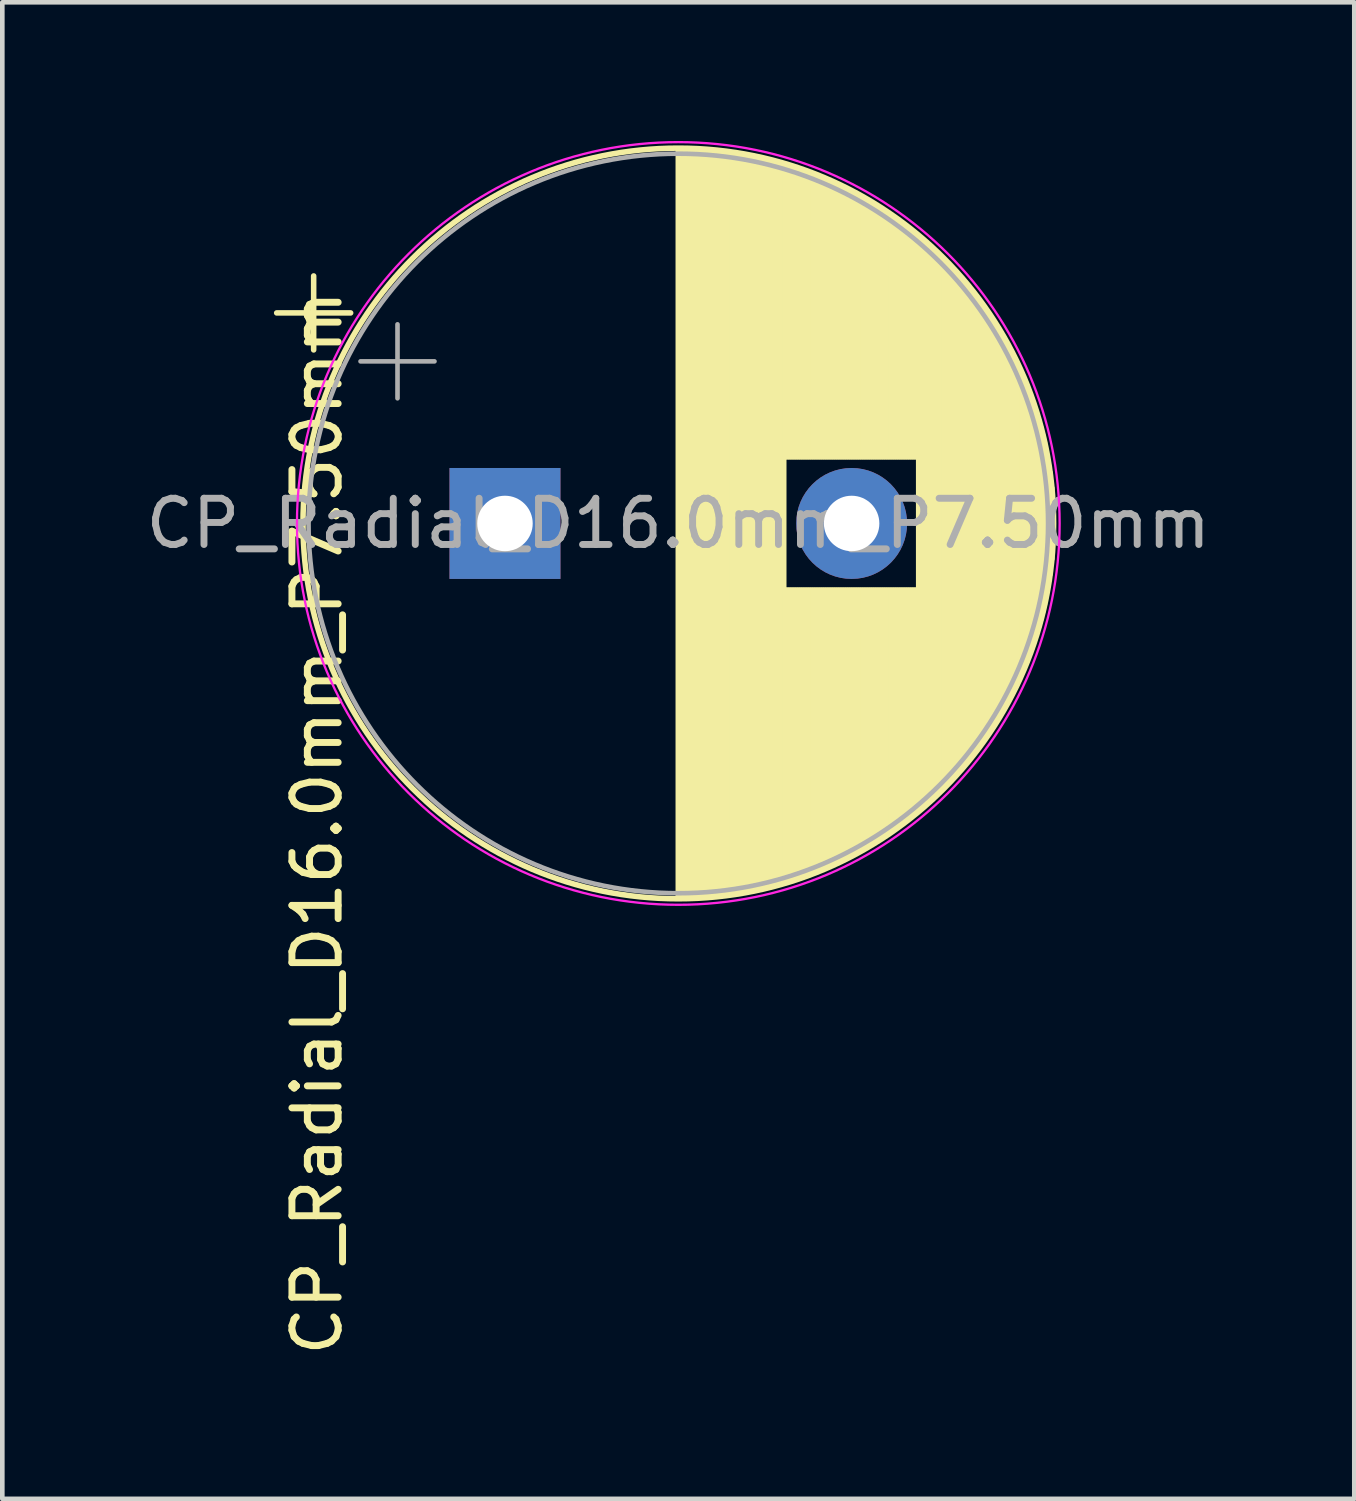
<source format=kicad_pcb>
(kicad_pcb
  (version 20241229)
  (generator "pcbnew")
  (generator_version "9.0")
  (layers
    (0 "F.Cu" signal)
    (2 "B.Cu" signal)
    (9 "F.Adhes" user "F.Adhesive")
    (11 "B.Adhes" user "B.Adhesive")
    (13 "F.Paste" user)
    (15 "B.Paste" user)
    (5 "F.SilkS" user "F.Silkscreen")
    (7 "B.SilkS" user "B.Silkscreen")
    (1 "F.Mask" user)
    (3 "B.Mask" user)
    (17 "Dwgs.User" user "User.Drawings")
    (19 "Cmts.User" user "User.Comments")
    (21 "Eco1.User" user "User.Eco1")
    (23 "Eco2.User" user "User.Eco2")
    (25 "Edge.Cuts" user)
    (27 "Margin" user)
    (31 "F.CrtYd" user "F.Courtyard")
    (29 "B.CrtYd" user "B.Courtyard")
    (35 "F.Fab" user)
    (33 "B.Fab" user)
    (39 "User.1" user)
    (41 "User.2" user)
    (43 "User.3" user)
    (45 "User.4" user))
  (footprint "CP_Radial_D16.0mm_P7.50mm"
    (layer "F.Cu")
    (at 7.875 8.275)
    (property "Reference" "CP_Radial_D16.0mm_P7.50mm" (at -4.064 6.477 90) (layer "F.SilkS") (effects (font (size 1 1) (thickness 0.15))))
    (attr through_hole)
    (fp_line (start -4.939 -4.555) (end -3.339 -4.555) (stroke (width 0.12) (type solid)) (layer "F.SilkS"))
    (fp_line (start -4.139 -5.355) (end -4.139 -3.755) (stroke (width 0.12) (type solid)) (layer "F.SilkS"))
    (fp_line (start 3.75 -8.081) (end 3.75 8.081) (stroke (width 0.12) (type solid)) (layer "F.SilkS"))
    (fp_line (start 3.79 -8.08) (end 3.79 8.08) (stroke (width 0.12) (type solid)) (layer "F.SilkS"))
    (fp_line (start 3.83 -8.08) (end 3.83 8.08) (stroke (width 0.12) (type solid)) (layer "F.SilkS"))
    (fp_line (start 3.87 -8.08) (end 3.87 8.08) (stroke (width 0.12) (type solid)) (layer "F.SilkS"))
    (fp_line (start 3.91 -8.079) (end 3.91 8.079) (stroke (width 0.12) (type solid)) (layer "F.SilkS"))
    (fp_line (start 3.95 -8.078) (end 3.95 8.078) (stroke (width 0.12) (type solid)) (layer "F.SilkS"))
    (fp_line (start 3.99 -8.077) (end 3.99 8.077) (stroke (width 0.12) (type solid)) (layer "F.SilkS"))
    (fp_line (start 4.03 -8.076) (end 4.03 8.076) (stroke (width 0.12) (type solid)) (layer "F.SilkS"))
    (fp_line (start 4.07 -8.074) (end 4.07 8.074) (stroke (width 0.12) (type solid)) (layer "F.SilkS"))
    (fp_line (start 4.11 -8.073) (end 4.11 8.073) (stroke (width 0.12) (type solid)) (layer "F.SilkS"))
    (fp_line (start 4.15 -8.071) (end 4.15 8.071) (stroke (width 0.12) (type solid)) (layer "F.SilkS"))
    (fp_line (start 4.19 -8.069) (end 4.19 8.069) (stroke (width 0.12) (type solid)) (layer "F.SilkS"))
    (fp_line (start 4.23 -8.066) (end 4.23 8.066) (stroke (width 0.12) (type solid)) (layer "F.SilkS"))
    (fp_line (start 4.27 -8.064) (end 4.27 8.064) (stroke (width 0.12) (type solid)) (layer "F.SilkS"))
    (fp_line (start 4.31 -8.061) (end 4.31 8.061) (stroke (width 0.12) (type solid)) (layer "F.SilkS"))
    (fp_line (start 4.35 -8.058) (end 4.35 8.058) (stroke (width 0.12) (type solid)) (layer "F.SilkS"))
    (fp_line (start 4.39 -8.055) (end 4.39 8.055) (stroke (width 0.12) (type solid)) (layer "F.SilkS"))
    (fp_line (start 4.43 -8.052) (end 4.43 8.052) (stroke (width 0.12) (type solid)) (layer "F.SilkS"))
    (fp_line (start 4.471 -8.049) (end 4.471 8.049) (stroke (width 0.12) (type solid)) (layer "F.SilkS"))
    (fp_line (start 4.511 -8.045) (end 4.511 8.045) (stroke (width 0.12) (type solid)) (layer "F.SilkS"))
    (fp_line (start 4.551 -8.041) (end 4.551 8.041) (stroke (width 0.12) (type solid)) (layer "F.SilkS"))
    (fp_line (start 4.591 -8.037) (end 4.591 8.037) (stroke (width 0.12) (type solid)) (layer "F.SilkS"))
    (fp_line (start 4.631 -8.033) (end 4.631 8.033) (stroke (width 0.12) (type solid)) (layer "F.SilkS"))
    (fp_line (start 4.671 -8.028) (end 4.671 8.028) (stroke (width 0.12) (type solid)) (layer "F.SilkS"))
    (fp_line (start 4.711 -8.024) (end 4.711 8.024) (stroke (width 0.12) (type solid)) (layer "F.SilkS"))
    (fp_line (start 4.751 -8.019) (end 4.751 8.019) (stroke (width 0.12) (type solid)) (layer "F.SilkS"))
    (fp_line (start 4.791 -8.014) (end 4.791 8.014) (stroke (width 0.12) (type solid)) (layer "F.SilkS"))
    (fp_line (start 4.831 -8.008) (end 4.831 8.008) (stroke (width 0.12) (type solid)) (layer "F.SilkS"))
    (fp_line (start 4.871 -8.003) (end 4.871 8.003) (stroke (width 0.12) (type solid)) (layer "F.SilkS"))
    (fp_line (start 4.911 -7.997) (end 4.911 7.997) (stroke (width 0.12) (type solid)) (layer "F.SilkS"))
    (fp_line (start 4.951 -7.991) (end 4.951 7.991) (stroke (width 0.12) (type solid)) (layer "F.SilkS"))
    (fp_line (start 4.991 -7.985) (end 4.991 7.985) (stroke (width 0.12) (type solid)) (layer "F.SilkS"))
    (fp_line (start 5.031 -7.979) (end 5.031 7.979) (stroke (width 0.12) (type solid)) (layer "F.SilkS"))
    (fp_line (start 5.071 -7.972) (end 5.071 7.972) (stroke (width 0.12) (type solid)) (layer "F.SilkS"))
    (fp_line (start 5.111 -7.966) (end 5.111 7.966) (stroke (width 0.12) (type solid)) (layer "F.SilkS"))
    (fp_line (start 5.151 -7.959) (end 5.151 7.959) (stroke (width 0.12) (type solid)) (layer "F.SilkS"))
    (fp_line (start 5.191 -7.952) (end 5.191 7.952) (stroke (width 0.12) (type solid)) (layer "F.SilkS"))
    (fp_line (start 5.231 -7.944) (end 5.231 7.944) (stroke (width 0.12) (type solid)) (layer "F.SilkS"))
    (fp_line (start 5.271 -7.937) (end 5.271 7.937) (stroke (width 0.12) (type solid)) (layer "F.SilkS"))
    (fp_line (start 5.311 -7.929) (end 5.311 7.929) (stroke (width 0.12) (type solid)) (layer "F.SilkS"))
    (fp_line (start 5.351 -7.921) (end 5.351 7.921) (stroke (width 0.12) (type solid)) (layer "F.SilkS"))
    (fp_line (start 5.391 -7.913) (end 5.391 7.913) (stroke (width 0.12) (type solid)) (layer "F.SilkS"))
    (fp_line (start 5.431 -7.905) (end 5.431 7.905) (stroke (width 0.12) (type solid)) (layer "F.SilkS"))
    (fp_line (start 5.471 -7.896) (end 5.471 7.896) (stroke (width 0.12) (type solid)) (layer "F.SilkS"))
    (fp_line (start 5.511 -7.887) (end 5.511 7.887) (stroke (width 0.12) (type solid)) (layer "F.SilkS"))
    (fp_line (start 5.551 -7.878) (end 5.551 7.878) (stroke (width 0.12) (type solid)) (layer "F.SilkS"))
    (fp_line (start 5.591 -7.869) (end 5.591 7.869) (stroke (width 0.12) (type solid)) (layer "F.SilkS"))
    (fp_line (start 5.631 -7.86) (end 5.631 7.86) (stroke (width 0.12) (type solid)) (layer "F.SilkS"))
    (fp_line (start 5.671 -7.85) (end 5.671 7.85) (stroke (width 0.12) (type solid)) (layer "F.SilkS"))
    (fp_line (start 5.711 -7.84) (end 5.711 7.84) (stroke (width 0.12) (type solid)) (layer "F.SilkS"))
    (fp_line (start 5.751 -7.83) (end 5.751 7.83) (stroke (width 0.12) (type solid)) (layer "F.SilkS"))
    (fp_line (start 5.791 -7.82) (end 5.791 7.82) (stroke (width 0.12) (type solid)) (layer "F.SilkS"))
    (fp_line (start 5.831 -7.81) (end 5.831 7.81) (stroke (width 0.12) (type solid)) (layer "F.SilkS"))
    (fp_line (start 5.871 -7.799) (end 5.871 7.799) (stroke (width 0.12) (type solid)) (layer "F.SilkS"))
    (fp_line (start 5.911 -7.788) (end 5.911 7.788) (stroke (width 0.12) (type solid)) (layer "F.SilkS"))
    (fp_line (start 5.951 -7.777) (end 5.951 7.777) (stroke (width 0.12) (type solid)) (layer "F.SilkS"))
    (fp_line (start 5.991 -7.765) (end 5.991 7.765) (stroke (width 0.12) (type solid)) (layer "F.SilkS"))
    (fp_line (start 6.031 -7.754) (end 6.031 7.754) (stroke (width 0.12) (type solid)) (layer "F.SilkS"))
    (fp_line (start 6.071 -7.742) (end 6.071 -1.44) (stroke (width 0.12) (type solid)) (layer "F.SilkS"))
    (fp_line (start 6.071 1.44) (end 6.071 7.742) (stroke (width 0.12) (type solid)) (layer "F.SilkS"))
    (fp_line (start 6.111 -7.73) (end 6.111 -1.44) (stroke (width 0.12) (type solid)) (layer "F.SilkS"))
    (fp_line (start 6.111 1.44) (end 6.111 7.73) (stroke (width 0.12) (type solid)) (layer "F.SilkS"))
    (fp_line (start 6.151 -7.718) (end 6.151 -1.44) (stroke (width 0.12) (type solid)) (layer "F.SilkS"))
    (fp_line (start 6.151 1.44) (end 6.151 7.718) (stroke (width 0.12) (type solid)) (layer "F.SilkS"))
    (fp_line (start 6.191 -7.705) (end 6.191 -1.44) (stroke (width 0.12) (type solid)) (layer "F.SilkS"))
    (fp_line (start 6.191 1.44) (end 6.191 7.705) (stroke (width 0.12) (type solid)) (layer "F.SilkS"))
    (fp_line (start 6.231 -7.693) (end 6.231 -1.44) (stroke (width 0.12) (type solid)) (layer "F.SilkS"))
    (fp_line (start 6.231 1.44) (end 6.231 7.693) (stroke (width 0.12) (type solid)) (layer "F.SilkS"))
    (fp_line (start 6.271 -7.68) (end 6.271 -1.44) (stroke (width 0.12) (type solid)) (layer "F.SilkS"))
    (fp_line (start 6.271 1.44) (end 6.271 7.68) (stroke (width 0.12) (type solid)) (layer "F.SilkS"))
    (fp_line (start 6.311 -7.666) (end 6.311 -1.44) (stroke (width 0.12) (type solid)) (layer "F.SilkS"))
    (fp_line (start 6.311 1.44) (end 6.311 7.666) (stroke (width 0.12) (type solid)) (layer "F.SilkS"))
    (fp_line (start 6.351 -7.653) (end 6.351 -1.44) (stroke (width 0.12) (type solid)) (layer "F.SilkS"))
    (fp_line (start 6.351 1.44) (end 6.351 7.653) (stroke (width 0.12) (type solid)) (layer "F.SilkS"))
    (fp_line (start 6.391 -7.639) (end 6.391 -1.44) (stroke (width 0.12) (type solid)) (layer "F.SilkS"))
    (fp_line (start 6.391 1.44) (end 6.391 7.639) (stroke (width 0.12) (type solid)) (layer "F.SilkS"))
    (fp_line (start 6.431 -7.625) (end 6.431 -1.44) (stroke (width 0.12) (type solid)) (layer "F.SilkS"))
    (fp_line (start 6.431 1.44) (end 6.431 7.625) (stroke (width 0.12) (type solid)) (layer "F.SilkS"))
    (fp_line (start 6.471 -7.611) (end 6.471 -1.44) (stroke (width 0.12) (type solid)) (layer "F.SilkS"))
    (fp_line (start 6.471 1.44) (end 6.471 7.611) (stroke (width 0.12) (type solid)) (layer "F.SilkS"))
    (fp_line (start 6.511 -7.597) (end 6.511 -1.44) (stroke (width 0.12) (type solid)) (layer "F.SilkS"))
    (fp_line (start 6.511 1.44) (end 6.511 7.597) (stroke (width 0.12) (type solid)) (layer "F.SilkS"))
    (fp_line (start 6.551 -7.582) (end 6.551 -1.44) (stroke (width 0.12) (type solid)) (layer "F.SilkS"))
    (fp_line (start 6.551 1.44) (end 6.551 7.582) (stroke (width 0.12) (type solid)) (layer "F.SilkS"))
    (fp_line (start 6.591 -7.568) (end 6.591 -1.44) (stroke (width 0.12) (type solid)) (layer "F.SilkS"))
    (fp_line (start 6.591 1.44) (end 6.591 7.568) (stroke (width 0.12) (type solid)) (layer "F.SilkS"))
    (fp_line (start 6.631 -7.553) (end 6.631 -1.44) (stroke (width 0.12) (type solid)) (layer "F.SilkS"))
    (fp_line (start 6.631 1.44) (end 6.631 7.553) (stroke (width 0.12) (type solid)) (layer "F.SilkS"))
    (fp_line (start 6.671 -7.537) (end 6.671 -1.44) (stroke (width 0.12) (type solid)) (layer "F.SilkS"))
    (fp_line (start 6.671 1.44) (end 6.671 7.537) (stroke (width 0.12) (type solid)) (layer "F.SilkS"))
    (fp_line (start 6.711 -7.522) (end 6.711 -1.44) (stroke (width 0.12) (type solid)) (layer "F.SilkS"))
    (fp_line (start 6.711 1.44) (end 6.711 7.522) (stroke (width 0.12) (type solid)) (layer "F.SilkS"))
    (fp_line (start 6.751 -7.506) (end 6.751 -1.44) (stroke (width 0.12) (type solid)) (layer "F.SilkS"))
    (fp_line (start 6.751 1.44) (end 6.751 7.506) (stroke (width 0.12) (type solid)) (layer "F.SilkS"))
    (fp_line (start 6.791 -7.49) (end 6.791 -1.44) (stroke (width 0.12) (type solid)) (layer "F.SilkS"))
    (fp_line (start 6.791 1.44) (end 6.791 7.49) (stroke (width 0.12) (type solid)) (layer "F.SilkS"))
    (fp_line (start 6.831 -7.474) (end 6.831 -1.44) (stroke (width 0.12) (type solid)) (layer "F.SilkS"))
    (fp_line (start 6.831 1.44) (end 6.831 7.474) (stroke (width 0.12) (type solid)) (layer "F.SilkS"))
    (fp_line (start 6.871 -7.457) (end 6.871 -1.44) (stroke (width 0.12) (type solid)) (layer "F.SilkS"))
    (fp_line (start 6.871 1.44) (end 6.871 7.457) (stroke (width 0.12) (type solid)) (layer "F.SilkS"))
    (fp_line (start 6.911 -7.44) (end 6.911 -1.44) (stroke (width 0.12) (type solid)) (layer "F.SilkS"))
    (fp_line (start 6.911 1.44) (end 6.911 7.44) (stroke (width 0.12) (type solid)) (layer "F.SilkS"))
    (fp_line (start 6.951 -7.423) (end 6.951 -1.44) (stroke (width 0.12) (type solid)) (layer "F.SilkS"))
    (fp_line (start 6.951 1.44) (end 6.951 7.423) (stroke (width 0.12) (type solid)) (layer "F.SilkS"))
    (fp_line (start 6.991 -7.406) (end 6.991 -1.44) (stroke (width 0.12) (type solid)) (layer "F.SilkS"))
    (fp_line (start 6.991 1.44) (end 6.991 7.406) (stroke (width 0.12) (type solid)) (layer "F.SilkS"))
    (fp_line (start 7.031 -7.389) (end 7.031 -1.44) (stroke (width 0.12) (type solid)) (layer "F.SilkS"))
    (fp_line (start 7.031 1.44) (end 7.031 7.389) (stroke (width 0.12) (type solid)) (layer "F.SilkS"))
    (fp_line (start 7.071 -7.371) (end 7.071 -1.44) (stroke (width 0.12) (type solid)) (layer "F.SilkS"))
    (fp_line (start 7.071 1.44) (end 7.071 7.371) (stroke (width 0.12) (type solid)) (layer "F.SilkS"))
    (fp_line (start 7.111 -7.353) (end 7.111 -1.44) (stroke (width 0.12) (type solid)) (layer "F.SilkS"))
    (fp_line (start 7.111 1.44) (end 7.111 7.353) (stroke (width 0.12) (type solid)) (layer "F.SilkS"))
    (fp_line (start 7.151 -7.334) (end 7.151 -1.44) (stroke (width 0.12) (type solid)) (layer "F.SilkS"))
    (fp_line (start 7.151 1.44) (end 7.151 7.334) (stroke (width 0.12) (type solid)) (layer "F.SilkS"))
    (fp_line (start 7.191 -7.316) (end 7.191 -1.44) (stroke (width 0.12) (type solid)) (layer "F.SilkS"))
    (fp_line (start 7.191 1.44) (end 7.191 7.316) (stroke (width 0.12) (type solid)) (layer "F.SilkS"))
    (fp_line (start 7.231 -7.297) (end 7.231 -1.44) (stroke (width 0.12) (type solid)) (layer "F.SilkS"))
    (fp_line (start 7.231 1.44) (end 7.231 7.297) (stroke (width 0.12) (type solid)) (layer "F.SilkS"))
    (fp_line (start 7.271 -7.278) (end 7.271 -1.44) (stroke (width 0.12) (type solid)) (layer "F.SilkS"))
    (fp_line (start 7.271 1.44) (end 7.271 7.278) (stroke (width 0.12) (type solid)) (layer "F.SilkS"))
    (fp_line (start 7.311 -7.258) (end 7.311 -1.44) (stroke (width 0.12) (type solid)) (layer "F.SilkS"))
    (fp_line (start 7.311 1.44) (end 7.311 7.258) (stroke (width 0.12) (type solid)) (layer "F.SilkS"))
    (fp_line (start 7.351 -7.239) (end 7.351 -1.44) (stroke (width 0.12) (type solid)) (layer "F.SilkS"))
    (fp_line (start 7.351 1.44) (end 7.351 7.239) (stroke (width 0.12) (type solid)) (layer "F.SilkS"))
    (fp_line (start 7.391 -7.219) (end 7.391 -1.44) (stroke (width 0.12) (type solid)) (layer "F.SilkS"))
    (fp_line (start 7.391 1.44) (end 7.391 7.219) (stroke (width 0.12) (type solid)) (layer "F.SilkS"))
    (fp_line (start 7.431 -7.199) (end 7.431 -1.44) (stroke (width 0.12) (type solid)) (layer "F.SilkS"))
    (fp_line (start 7.431 1.44) (end 7.431 7.199) (stroke (width 0.12) (type solid)) (layer "F.SilkS"))
    (fp_line (start 7.471 -7.178) (end 7.471 -1.44) (stroke (width 0.12) (type solid)) (layer "F.SilkS"))
    (fp_line (start 7.471 1.44) (end 7.471 7.178) (stroke (width 0.12) (type solid)) (layer "F.SilkS"))
    (fp_line (start 7.511 -7.157) (end 7.511 -1.44) (stroke (width 0.12) (type solid)) (layer "F.SilkS"))
    (fp_line (start 7.511 1.44) (end 7.511 7.157) (stroke (width 0.12) (type solid)) (layer "F.SilkS"))
    (fp_line (start 7.551 -7.136) (end 7.551 -1.44) (stroke (width 0.12) (type solid)) (layer "F.SilkS"))
    (fp_line (start 7.551 1.44) (end 7.551 7.136) (stroke (width 0.12) (type solid)) (layer "F.SilkS"))
    (fp_line (start 7.591 -7.115) (end 7.591 -1.44) (stroke (width 0.12) (type solid)) (layer "F.SilkS"))
    (fp_line (start 7.591 1.44) (end 7.591 7.115) (stroke (width 0.12) (type solid)) (layer "F.SilkS"))
    (fp_line (start 7.631 -7.094) (end 7.631 -1.44) (stroke (width 0.12) (type solid)) (layer "F.SilkS"))
    (fp_line (start 7.631 1.44) (end 7.631 7.094) (stroke (width 0.12) (type solid)) (layer "F.SilkS"))
    (fp_line (start 7.671 -7.072) (end 7.671 -1.44) (stroke (width 0.12) (type solid)) (layer "F.SilkS"))
    (fp_line (start 7.671 1.44) (end 7.671 7.072) (stroke (width 0.12) (type solid)) (layer "F.SilkS"))
    (fp_line (start 7.711 -7.049) (end 7.711 -1.44) (stroke (width 0.12) (type solid)) (layer "F.SilkS"))
    (fp_line (start 7.711 1.44) (end 7.711 7.049) (stroke (width 0.12) (type solid)) (layer "F.SilkS"))
    (fp_line (start 7.751 -7.027) (end 7.751 -1.44) (stroke (width 0.12) (type solid)) (layer "F.SilkS"))
    (fp_line (start 7.751 1.44) (end 7.751 7.027) (stroke (width 0.12) (type solid)) (layer "F.SilkS"))
    (fp_line (start 7.791 -7.004) (end 7.791 -1.44) (stroke (width 0.12) (type solid)) (layer "F.SilkS"))
    (fp_line (start 7.791 1.44) (end 7.791 7.004) (stroke (width 0.12) (type solid)) (layer "F.SilkS"))
    (fp_line (start 7.831 -6.981) (end 7.831 -1.44) (stroke (width 0.12) (type solid)) (layer "F.SilkS"))
    (fp_line (start 7.831 1.44) (end 7.831 6.981) (stroke (width 0.12) (type solid)) (layer "F.SilkS"))
    (fp_line (start 7.871 -6.958) (end 7.871 -1.44) (stroke (width 0.12) (type solid)) (layer "F.SilkS"))
    (fp_line (start 7.871 1.44) (end 7.871 6.958) (stroke (width 0.12) (type solid)) (layer "F.SilkS"))
    (fp_line (start 7.911 -6.934) (end 7.911 -1.44) (stroke (width 0.12) (type solid)) (layer "F.SilkS"))
    (fp_line (start 7.911 1.44) (end 7.911 6.934) (stroke (width 0.12) (type solid)) (layer "F.SilkS"))
    (fp_line (start 7.951 -6.91) (end 7.951 -1.44) (stroke (width 0.12) (type solid)) (layer "F.SilkS"))
    (fp_line (start 7.951 1.44) (end 7.951 6.91) (stroke (width 0.12) (type solid)) (layer "F.SilkS"))
    (fp_line (start 7.991 -6.886) (end 7.991 -1.44) (stroke (width 0.12) (type solid)) (layer "F.SilkS"))
    (fp_line (start 7.991 1.44) (end 7.991 6.886) (stroke (width 0.12) (type solid)) (layer "F.SilkS"))
    (fp_line (start 8.031 -6.861) (end 8.031 -1.44) (stroke (width 0.12) (type solid)) (layer "F.SilkS"))
    (fp_line (start 8.031 1.44) (end 8.031 6.861) (stroke (width 0.12) (type solid)) (layer "F.SilkS"))
    (fp_line (start 8.071 -6.836) (end 8.071 -1.44) (stroke (width 0.12) (type solid)) (layer "F.SilkS"))
    (fp_line (start 8.071 1.44) (end 8.071 6.836) (stroke (width 0.12) (type solid)) (layer "F.SilkS"))
    (fp_line (start 8.111 -6.811) (end 8.111 -1.44) (stroke (width 0.12) (type solid)) (layer "F.SilkS"))
    (fp_line (start 8.111 1.44) (end 8.111 6.811) (stroke (width 0.12) (type solid)) (layer "F.SilkS"))
    (fp_line (start 8.151 -6.785) (end 8.151 -1.44) (stroke (width 0.12) (type solid)) (layer "F.SilkS"))
    (fp_line (start 8.151 1.44) (end 8.151 6.785) (stroke (width 0.12) (type solid)) (layer "F.SilkS"))
    (fp_line (start 8.191 -6.759) (end 8.191 -1.44) (stroke (width 0.12) (type solid)) (layer "F.SilkS"))
    (fp_line (start 8.191 1.44) (end 8.191 6.759) (stroke (width 0.12) (type solid)) (layer "F.SilkS"))
    (fp_line (start 8.231 -6.733) (end 8.231 -1.44) (stroke (width 0.12) (type solid)) (layer "F.SilkS"))
    (fp_line (start 8.231 1.44) (end 8.231 6.733) (stroke (width 0.12) (type solid)) (layer "F.SilkS"))
    (fp_line (start 8.271 -6.706) (end 8.271 -1.44) (stroke (width 0.12) (type solid)) (layer "F.SilkS"))
    (fp_line (start 8.271 1.44) (end 8.271 6.706) (stroke (width 0.12) (type solid)) (layer "F.SilkS"))
    (fp_line (start 8.311 -6.679) (end 8.311 -1.44) (stroke (width 0.12) (type solid)) (layer "F.SilkS"))
    (fp_line (start 8.311 1.44) (end 8.311 6.679) (stroke (width 0.12) (type solid)) (layer "F.SilkS"))
    (fp_line (start 8.351 -6.652) (end 8.351 -1.44) (stroke (width 0.12) (type solid)) (layer "F.SilkS"))
    (fp_line (start 8.351 1.44) (end 8.351 6.652) (stroke (width 0.12) (type solid)) (layer "F.SilkS"))
    (fp_line (start 8.391 -6.624) (end 8.391 -1.44) (stroke (width 0.12) (type solid)) (layer "F.SilkS"))
    (fp_line (start 8.391 1.44) (end 8.391 6.624) (stroke (width 0.12) (type solid)) (layer "F.SilkS"))
    (fp_line (start 8.431 -6.596) (end 8.431 -1.44) (stroke (width 0.12) (type solid)) (layer "F.SilkS"))
    (fp_line (start 8.431 1.44) (end 8.431 6.596) (stroke (width 0.12) (type solid)) (layer "F.SilkS"))
    (fp_line (start 8.471 -6.568) (end 8.471 -1.44) (stroke (width 0.12) (type solid)) (layer "F.SilkS"))
    (fp_line (start 8.471 1.44) (end 8.471 6.568) (stroke (width 0.12) (type solid)) (layer "F.SilkS"))
    (fp_line (start 8.511 -6.539) (end 8.511 -1.44) (stroke (width 0.12) (type solid)) (layer "F.SilkS"))
    (fp_line (start 8.511 1.44) (end 8.511 6.539) (stroke (width 0.12) (type solid)) (layer "F.SilkS"))
    (fp_line (start 8.551 -6.51) (end 8.551 -1.44) (stroke (width 0.12) (type solid)) (layer "F.SilkS"))
    (fp_line (start 8.551 1.44) (end 8.551 6.51) (stroke (width 0.12) (type solid)) (layer "F.SilkS"))
    (fp_line (start 8.591 -6.48) (end 8.591 -1.44) (stroke (width 0.12) (type solid)) (layer "F.SilkS"))
    (fp_line (start 8.591 1.44) (end 8.591 6.48) (stroke (width 0.12) (type solid)) (layer "F.SilkS"))
    (fp_line (start 8.631 -6.45) (end 8.631 -1.44) (stroke (width 0.12) (type solid)) (layer "F.SilkS"))
    (fp_line (start 8.631 1.44) (end 8.631 6.45) (stroke (width 0.12) (type solid)) (layer "F.SilkS"))
    (fp_line (start 8.671 -6.42) (end 8.671 -1.44) (stroke (width 0.12) (type solid)) (layer "F.SilkS"))
    (fp_line (start 8.671 1.44) (end 8.671 6.42) (stroke (width 0.12) (type solid)) (layer "F.SilkS"))
    (fp_line (start 8.711 -6.39) (end 8.711 -1.44) (stroke (width 0.12) (type solid)) (layer "F.SilkS"))
    (fp_line (start 8.711 1.44) (end 8.711 6.39) (stroke (width 0.12) (type solid)) (layer "F.SilkS"))
    (fp_line (start 8.751 -6.358) (end 8.751 -1.44) (stroke (width 0.12) (type solid)) (layer "F.SilkS"))
    (fp_line (start 8.751 1.44) (end 8.751 6.358) (stroke (width 0.12) (type solid)) (layer "F.SilkS"))
    (fp_line (start 8.791 -6.327) (end 8.791 -1.44) (stroke (width 0.12) (type solid)) (layer "F.SilkS"))
    (fp_line (start 8.791 1.44) (end 8.791 6.327) (stroke (width 0.12) (type solid)) (layer "F.SilkS"))
    (fp_line (start 8.831 -6.295) (end 8.831 -1.44) (stroke (width 0.12) (type solid)) (layer "F.SilkS"))
    (fp_line (start 8.831 1.44) (end 8.831 6.295) (stroke (width 0.12) (type solid)) (layer "F.SilkS"))
    (fp_line (start 8.871 -6.263) (end 8.871 -1.44) (stroke (width 0.12) (type solid)) (layer "F.SilkS"))
    (fp_line (start 8.871 1.44) (end 8.871 6.263) (stroke (width 0.12) (type solid)) (layer "F.SilkS"))
    (fp_line (start 8.911 -6.23) (end 8.911 -1.44) (stroke (width 0.12) (type solid)) (layer "F.SilkS"))
    (fp_line (start 8.911 1.44) (end 8.911 6.23) (stroke (width 0.12) (type solid)) (layer "F.SilkS"))
    (fp_line (start 8.951 -6.197) (end 8.951 6.197) (stroke (width 0.12) (type solid)) (layer "F.SilkS"))
    (fp_line (start 8.991 -6.163) (end 8.991 6.163) (stroke (width 0.12) (type solid)) (layer "F.SilkS"))
    (fp_line (start 9.031 -6.129) (end 9.031 6.129) (stroke (width 0.12) (type solid)) (layer "F.SilkS"))
    (fp_line (start 9.071 -6.095) (end 9.071 6.095) (stroke (width 0.12) (type solid)) (layer "F.SilkS"))
    (fp_line (start 9.111 -6.06) (end 9.111 6.06) (stroke (width 0.12) (type solid)) (layer "F.SilkS"))
    (fp_line (start 9.151 -6.025) (end 9.151 6.025) (stroke (width 0.12) (type solid)) (layer "F.SilkS"))
    (fp_line (start 9.191 -5.989) (end 9.191 5.989) (stroke (width 0.12) (type solid)) (layer "F.SilkS"))
    (fp_line (start 9.231 -5.952) (end 9.231 5.952) (stroke (width 0.12) (type solid)) (layer "F.SilkS"))
    (fp_line (start 9.271 -5.916) (end 9.271 5.916) (stroke (width 0.12) (type solid)) (layer "F.SilkS"))
    (fp_line (start 9.311 -5.878) (end 9.311 5.878) (stroke (width 0.12) (type solid)) (layer "F.SilkS"))
    (fp_line (start 9.351 -5.84) (end 9.351 5.84) (stroke (width 0.12) (type solid)) (layer "F.SilkS"))
    (fp_line (start 9.391 -5.802) (end 9.391 5.802) (stroke (width 0.12) (type solid)) (layer "F.SilkS"))
    (fp_line (start 9.431 -5.763) (end 9.431 5.763) (stroke (width 0.12) (type solid)) (layer "F.SilkS"))
    (fp_line (start 9.471 -5.724) (end 9.471 5.724) (stroke (width 0.12) (type solid)) (layer "F.SilkS"))
    (fp_line (start 9.511 -5.684) (end 9.511 5.684) (stroke (width 0.12) (type solid)) (layer "F.SilkS"))
    (fp_line (start 9.551 -5.643) (end 9.551 5.643) (stroke (width 0.12) (type solid)) (layer "F.SilkS"))
    (fp_line (start 9.591 -5.602) (end 9.591 5.602) (stroke (width 0.12) (type solid)) (layer "F.SilkS"))
    (fp_line (start 9.631 -5.56) (end 9.631 5.56) (stroke (width 0.12) (type solid)) (layer "F.SilkS"))
    (fp_line (start 9.671 -5.518) (end 9.671 5.518) (stroke (width 0.12) (type solid)) (layer "F.SilkS"))
    (fp_line (start 9.711 -5.475) (end 9.711 5.475) (stroke (width 0.12) (type solid)) (layer "F.SilkS"))
    (fp_line (start 9.751 -5.432) (end 9.751 5.432) (stroke (width 0.12) (type solid)) (layer "F.SilkS"))
    (fp_line (start 9.791 -5.388) (end 9.791 5.388) (stroke (width 0.12) (type solid)) (layer "F.SilkS"))
    (fp_line (start 9.831 -5.343) (end 9.831 5.343) (stroke (width 0.12) (type solid)) (layer "F.SilkS"))
    (fp_line (start 9.871 -5.297) (end 9.871 5.297) (stroke (width 0.12) (type solid)) (layer "F.SilkS"))
    (fp_line (start 9.911 -5.251) (end 9.911 5.251) (stroke (width 0.12) (type solid)) (layer "F.SilkS"))
    (fp_line (start 9.951 -5.204) (end 9.951 5.204) (stroke (width 0.12) (type solid)) (layer "F.SilkS"))
    (fp_line (start 9.991 -5.156) (end 9.991 5.156) (stroke (width 0.12) (type solid)) (layer "F.SilkS"))
    (fp_line (start 10.031 -5.108) (end 10.031 5.108) (stroke (width 0.12) (type solid)) (layer "F.SilkS"))
    (fp_line (start 10.071 -5.059) (end 10.071 5.059) (stroke (width 0.12) (type solid)) (layer "F.SilkS"))
    (fp_line (start 10.111 -5.009) (end 10.111 5.009) (stroke (width 0.12) (type solid)) (layer "F.SilkS"))
    (fp_line (start 10.151 -4.958) (end 10.151 4.958) (stroke (width 0.12) (type solid)) (layer "F.SilkS"))
    (fp_line (start 10.191 -4.906) (end 10.191 4.906) (stroke (width 0.12) (type solid)) (layer "F.SilkS"))
    (fp_line (start 10.231 -4.854) (end 10.231 4.854) (stroke (width 0.12) (type solid)) (layer "F.SilkS"))
    (fp_line (start 10.271 -4.8) (end 10.271 4.8) (stroke (width 0.12) (type solid)) (layer "F.SilkS"))
    (fp_line (start 10.311 -4.746) (end 10.311 4.746) (stroke (width 0.12) (type solid)) (layer "F.SilkS"))
    (fp_line (start 10.351 -4.691) (end 10.351 4.691) (stroke (width 0.12) (type solid)) (layer "F.SilkS"))
    (fp_line (start 10.391 -4.634) (end 10.391 4.634) (stroke (width 0.12) (type solid)) (layer "F.SilkS"))
    (fp_line (start 10.431 -4.577) (end 10.431 4.577) (stroke (width 0.12) (type solid)) (layer "F.SilkS"))
    (fp_line (start 10.471 -4.519) (end 10.471 4.519) (stroke (width 0.12) (type solid)) (layer "F.SilkS"))
    (fp_line (start 10.511 -4.459) (end 10.511 4.459) (stroke (width 0.12) (type solid)) (layer "F.SilkS"))
    (fp_line (start 10.551 -4.398) (end 10.551 4.398) (stroke (width 0.12) (type solid)) (layer "F.SilkS"))
    (fp_line (start 10.591 -4.336) (end 10.591 4.336) (stroke (width 0.12) (type solid)) (layer "F.SilkS"))
    (fp_line (start 10.631 -4.273) (end 10.631 4.273) (stroke (width 0.12) (type solid)) (layer "F.SilkS"))
    (fp_line (start 10.671 -4.209) (end 10.671 4.209) (stroke (width 0.12) (type solid)) (layer "F.SilkS"))
    (fp_line (start 10.711 -4.143) (end 10.711 4.143) (stroke (width 0.12) (type solid)) (layer "F.SilkS"))
    (fp_line (start 10.751 -4.076) (end 10.751 4.076) (stroke (width 0.12) (type solid)) (layer "F.SilkS"))
    (fp_line (start 10.791 -4.007) (end 10.791 4.007) (stroke (width 0.12) (type solid)) (layer "F.SilkS"))
    (fp_line (start 10.831 -3.936) (end 10.831 3.936) (stroke (width 0.12) (type solid)) (layer "F.SilkS"))
    (fp_line (start 10.871 -3.864) (end 10.871 3.864) (stroke (width 0.12) (type solid)) (layer "F.SilkS"))
    (fp_line (start 10.911 -3.79) (end 10.911 3.79) (stroke (width 0.12) (type solid)) (layer "F.SilkS"))
    (fp_line (start 10.951 -3.715) (end 10.951 3.715) (stroke (width 0.12) (type solid)) (layer "F.SilkS"))
    (fp_line (start 10.991 -3.637) (end 10.991 3.637) (stroke (width 0.12) (type solid)) (layer "F.SilkS"))
    (fp_line (start 11.031 -3.557) (end 11.031 3.557) (stroke (width 0.12) (type solid)) (layer "F.SilkS"))
    (fp_line (start 11.071 -3.475) (end 11.071 3.475) (stroke (width 0.12) (type solid)) (layer "F.SilkS"))
    (fp_line (start 11.111 -3.39) (end 11.111 3.39) (stroke (width 0.12) (type solid)) (layer "F.SilkS"))
    (fp_line (start 11.151 -3.303) (end 11.151 3.303) (stroke (width 0.12) (type solid)) (layer "F.SilkS"))
    (fp_line (start 11.191 -3.213) (end 11.191 3.213) (stroke (width 0.12) (type solid)) (layer "F.SilkS"))
    (fp_line (start 11.231 -3.12) (end 11.231 3.12) (stroke (width 0.12) (type solid)) (layer "F.SilkS"))
    (fp_line (start 11.271 -3.024) (end 11.271 3.024) (stroke (width 0.12) (type solid)) (layer "F.SilkS"))
    (fp_line (start 11.311 -2.924) (end 11.311 2.924) (stroke (width 0.12) (type solid)) (layer "F.SilkS"))
    (fp_line (start 11.351 -2.82) (end 11.351 2.82) (stroke (width 0.12) (type solid)) (layer "F.SilkS"))
    (fp_line (start 11.391 -2.711) (end 11.391 2.711) (stroke (width 0.12) (type solid)) (layer "F.SilkS"))
    (fp_line (start 11.431 -2.597) (end 11.431 2.597) (stroke (width 0.12) (type solid)) (layer "F.SilkS"))
    (fp_line (start 11.471 -2.478) (end 11.471 2.478) (stroke (width 0.12) (type solid)) (layer "F.SilkS"))
    (fp_line (start 11.511 -2.351) (end 11.511 2.351) (stroke (width 0.12) (type solid)) (layer "F.SilkS"))
    (fp_line (start 11.551 -2.218) (end 11.551 2.218) (stroke (width 0.12) (type solid)) (layer "F.SilkS"))
    (fp_line (start 11.591 -2.074) (end 11.591 2.074) (stroke (width 0.12) (type solid)) (layer "F.SilkS"))
    (fp_line (start 11.631 -1.92) (end 11.631 1.92) (stroke (width 0.12) (type solid)) (layer "F.SilkS"))
    (fp_line (start 11.671 -1.752) (end 11.671 1.752) (stroke (width 0.12) (type solid)) (layer "F.SilkS"))
    (fp_line (start 11.711 -1.564) (end 11.711 1.564) (stroke (width 0.12) (type solid)) (layer "F.SilkS"))
    (fp_line (start 11.751 -1.351) (end 11.751 1.351) (stroke (width 0.12) (type solid)) (layer "F.SilkS"))
    (fp_line (start 11.791 -1.098) (end 11.791 1.098) (stroke (width 0.12) (type solid)) (layer "F.SilkS"))
    (fp_line (start 11.831 -0.765) (end 11.831 0.765) (stroke (width 0.12) (type solid)) (layer "F.SilkS"))
    (fp_circle (center 3.75 0) (end 11.87 0) (stroke (width 0.12) (type solid)) (fill no) (layer "F.SilkS"))
    (fp_circle (center 3.75 0) (end 12 0) (stroke (width 0.05) (type solid)) (fill no) (layer "F.CrtYd"))
    (fp_line (start -3.125 -3.507) (end -1.525 -3.507) (stroke (width 0.1) (type solid)) (layer "F.Fab"))
    (fp_line (start -2.325 -4.308) (end -2.325 -2.708) (stroke (width 0.1) (type solid)) (layer "F.Fab"))
    (fp_circle (center 3.75 0) (end 11.75 0) (stroke (width 0.1) (type solid)) (fill no) (layer "F.Fab"))
    (fp_text user "${REFERENCE}" (at 3.75 0 0) (layer "F.Fab") (effects (font (size 1 1) (thickness 0.15))))
    (pad "1" thru_hole rect (at 0 0) (size 2.4 2.4) (drill 1.2) (layers "*.Cu" "*.Mask"))
    (pad "2" thru_hole circle (at 7.5 0) (size 2.4 2.4) (drill 1.2) (layers "*.Cu" "*.Mask")))
  (gr_rect
    (start -3 -3)
    (end 26.25 29.377)
    (stroke (width 0.1) (type default))
    (fill no)
    (layer "Edge.Cuts")))
</source>
